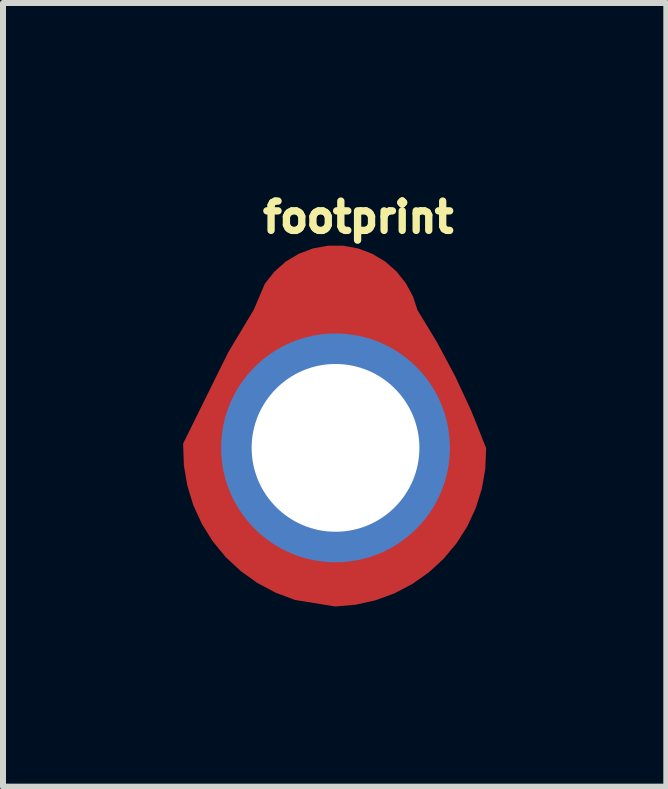
<source format=kicad_pcb>
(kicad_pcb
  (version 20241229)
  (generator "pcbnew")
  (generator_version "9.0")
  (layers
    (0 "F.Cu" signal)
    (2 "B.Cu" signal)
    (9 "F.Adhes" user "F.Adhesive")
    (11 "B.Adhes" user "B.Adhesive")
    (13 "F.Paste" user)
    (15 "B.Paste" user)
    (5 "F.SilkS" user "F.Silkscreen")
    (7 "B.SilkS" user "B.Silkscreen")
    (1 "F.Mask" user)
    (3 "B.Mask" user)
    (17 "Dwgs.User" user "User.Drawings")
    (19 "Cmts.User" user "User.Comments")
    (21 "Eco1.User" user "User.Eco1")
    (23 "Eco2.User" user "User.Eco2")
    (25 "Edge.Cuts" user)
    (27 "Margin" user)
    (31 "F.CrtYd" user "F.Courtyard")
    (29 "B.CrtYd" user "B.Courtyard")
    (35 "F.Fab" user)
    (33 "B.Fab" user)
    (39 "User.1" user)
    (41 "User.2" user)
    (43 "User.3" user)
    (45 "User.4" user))
  (footprint "footprint"
    (layer "F.Cu")
    (at 2.538 4.409)
    (property "Reference" "footprint" (at -1.27 -3.556 0) (layer "F.SilkS") (effects (font (size 0.488 0.488) (thickness 0.122)) (justify left bottom)))
    (fp_poly (pts (xy 0.126 -3.367) (xy 0.374 -3.322) (xy 0.61 -3.233) (xy 0.827 -3.104) (xy 1.016 -2.937) (xy 1.173 -2.74) (xy 1.292 -2.518) (xy 1.363 -2.298) (xy 1.689 -1.761) (xy 1.992 -1.194) (xy 2.263 -0.612) (xy 2.508 0.003) (xy 2.494 0.353) (xy 2.436 0.683) (xy 2.335 1.004) (xy 2.194 1.308) (xy 2.014 1.591) (xy 1.798 1.849) (xy 1.551 2.076) (xy 1.277 2.268) (xy 0.979 2.424) (xy 0.664 2.539) (xy 0.337 2.612) (xy -0.004 2.642) (xy -0.674 2.533) (xy -0.998 2.412) (xy -1.3 2.251) (xy -1.578 2.053) (xy -1.829 1.819) (xy -2.046 1.555) (xy -2.227 1.265) (xy -2.369 0.954) (xy -2.469 0.626) (xy -2.526 0.289) (xy -2.538 -0.072) (xy -1.788 -1.59) (xy -1.361 -2.301) (xy -1.176 -2.736) (xy -1.016 -2.937) (xy -0.827 -3.104) (xy -0.61 -3.233) (xy -0.374 -3.322) (xy -0.126 -3.367)) (stroke (width 0) (type solid)) (fill yes) (layer "F.Cu"))
    (fp_poly (pts (xy 0.126 -3.367) (xy 0.374 -3.322) (xy 0.61 -3.233) (xy 0.827 -3.104) (xy 1.016 -2.937) (xy 1.173 -2.74) (xy 1.292 -2.518) (xy 1.363 -2.298) (xy 1.689 -1.761) (xy 1.992 -1.194) (xy 2.263 -0.612) (xy 2.508 0.003) (xy 2.494 0.353) (xy 2.436 0.683) (xy 2.335 1.004) (xy 2.194 1.308) (xy 2.014 1.591) (xy 1.798 1.849) (xy 1.551 2.076) (xy 1.277 2.268) (xy 0.979 2.424) (xy 0.664 2.539) (xy 0.337 2.612) (xy -0.004 2.642) (xy -0.674 2.533) (xy -0.998 2.412) (xy -1.3 2.251) (xy -1.578 2.053) (xy -1.829 1.819) (xy -2.046 1.555) (xy -2.227 1.265) (xy -2.369 0.954) (xy -2.469 0.626) (xy -2.526 0.289) (xy -2.538 -0.072) (xy -1.788 -1.59) (xy -1.361 -2.301) (xy -1.176 -2.736) (xy -1.016 -2.937) (xy -0.827 -3.104) (xy -0.61 -3.233) (xy -0.374 -3.322) (xy -0.126 -3.367)) (stroke (width 0) (type solid)) (fill yes) (layer "F.Mask"))
    (pad "1" thru_hole circle (at 0 0 90) (size 3.81 3.81) (drill 2.794) (layers "*.Cu" "*.Mask")))
  (gr_rect
    (start -3 -3)
    (end 8.047 10.052)
    (stroke (width 0.1) (type default))
    (fill no)
    (layer "Edge.Cuts")))
</source>
